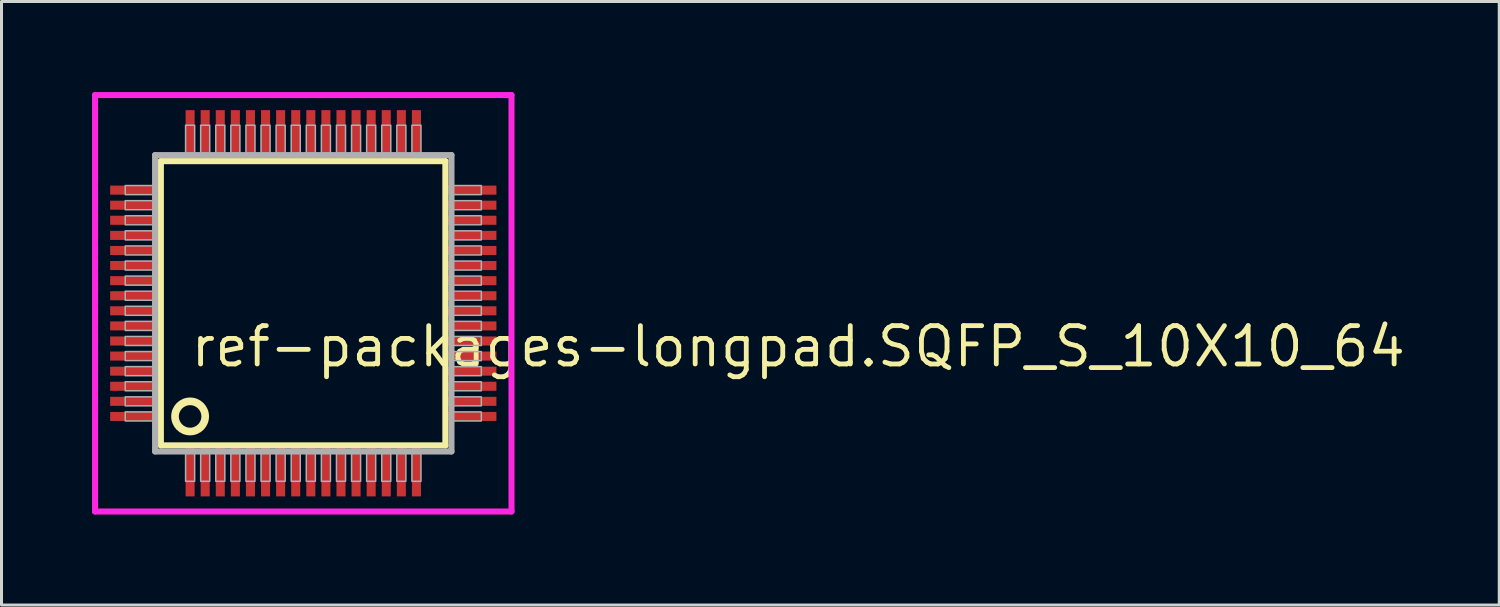
<source format=kicad_pcb>
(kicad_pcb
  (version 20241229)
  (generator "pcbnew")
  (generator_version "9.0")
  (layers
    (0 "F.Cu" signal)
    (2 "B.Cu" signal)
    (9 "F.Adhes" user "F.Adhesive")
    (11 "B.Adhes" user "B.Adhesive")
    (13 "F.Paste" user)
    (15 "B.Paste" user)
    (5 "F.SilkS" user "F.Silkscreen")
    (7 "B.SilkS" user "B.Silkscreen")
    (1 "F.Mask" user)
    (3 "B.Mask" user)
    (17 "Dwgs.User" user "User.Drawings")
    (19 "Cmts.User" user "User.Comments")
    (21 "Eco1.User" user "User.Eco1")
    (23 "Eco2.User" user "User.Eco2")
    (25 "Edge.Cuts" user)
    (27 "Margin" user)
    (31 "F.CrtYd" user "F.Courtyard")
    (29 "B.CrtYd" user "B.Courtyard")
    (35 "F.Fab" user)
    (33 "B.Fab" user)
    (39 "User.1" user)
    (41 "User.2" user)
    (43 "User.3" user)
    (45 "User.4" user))
  (footprint "ref-packages-longpad.SQFP_S_10X10_64"
    (layer "F.Cu")
    (at 7 7)
    (property "Reference" "ref-packages-longpad.SQFP_S_10X10_64" (at -3.81 2.175 0) (layer "F.SilkS") (effects (font (size 1.27 1.27) (thickness 0.16)) (justify left bottom)))
    (attr smd)
    (fp_line (start -4.72 -4.71) (end 4.71 -4.71) (stroke (width 0.203) (type default)) (layer "F.SilkS"))
    (fp_line (start -4.72 4.71) (end -4.72 -4.71) (stroke (width 0.203) (type default)) (layer "F.SilkS"))
    (fp_line (start 4.71 -4.71) (end 4.71 4.71) (stroke (width 0.203) (type default)) (layer "F.SilkS"))
    (fp_line (start 4.71 4.71) (end -4.72 4.71) (stroke (width 0.203) (type default)) (layer "F.SilkS"))
    (fp_circle (center -3.75 3.75) (end -3.25 3.75) (stroke (width 0.254) (type default)) (fill no) (layer "F.SilkS"))
    (fp_line (start -6.9 -6.9) (end 6.9 -6.9) (stroke (width 0.2) (type default)) (layer "F.CrtYd"))
    (fp_line (start -6.9 6.9) (end -6.9 -6.9) (stroke (width 0.2) (type default)) (layer "F.CrtYd"))
    (fp_line (start 6.9 -6.9) (end 6.9 6.9) (stroke (width 0.2) (type default)) (layer "F.CrtYd"))
    (fp_line (start 6.9 6.9) (end -6.9 6.9) (stroke (width 0.2) (type default)) (layer "F.CrtYd"))
    (fp_line (start -4.91 -4.91) (end -4.91 4.91) (stroke (width 0.203) (type default)) (layer "F.Fab"))
    (fp_line (start -4.91 4.91) (end 4.91 4.91) (stroke (width 0.203) (type default)) (layer "F.Fab"))
    (fp_line (start 4.91 -4.91) (end -4.91 -4.91) (stroke (width 0.203) (type default)) (layer "F.Fab"))
    (fp_line (start 4.91 4.91) (end 4.91 -4.91) (stroke (width 0.203) (type default)) (layer "F.Fab"))
    (fp_rect (start -5.9 -3.6) (end -4.95 -3.9) (stroke (width 0.05) (type default)) (fill no) (layer "F.Fab"))
    (fp_rect (start -5.9 -3.1) (end -4.95 -3.4) (stroke (width 0.05) (type default)) (fill no) (layer "F.Fab"))
    (fp_rect (start -5.9 -2.6) (end -4.95 -2.9) (stroke (width 0.05) (type default)) (fill no) (layer "F.Fab"))
    (fp_rect (start -5.9 -2.1) (end -4.95 -2.4) (stroke (width 0.05) (type default)) (fill no) (layer "F.Fab"))
    (fp_rect (start -5.9 -1.6) (end -4.95 -1.9) (stroke (width 0.05) (type default)) (fill no) (layer "F.Fab"))
    (fp_rect (start -5.9 -1.1) (end -4.95 -1.4) (stroke (width 0.05) (type default)) (fill no) (layer "F.Fab"))
    (fp_rect (start -5.9 -0.6) (end -4.95 -0.9) (stroke (width 0.05) (type default)) (fill no) (layer "F.Fab"))
    (fp_rect (start -5.9 -0.1) (end -4.95 -0.4) (stroke (width 0.05) (type default)) (fill no) (layer "F.Fab"))
    (fp_rect (start -5.9 0.4) (end -4.95 0.1) (stroke (width 0.05) (type default)) (fill no) (layer "F.Fab"))
    (fp_rect (start -5.9 0.9) (end -4.95 0.6) (stroke (width 0.05) (type default)) (fill no) (layer "F.Fab"))
    (fp_rect (start -5.9 1.4) (end -4.95 1.1) (stroke (width 0.05) (type default)) (fill no) (layer "F.Fab"))
    (fp_rect (start -5.9 1.9) (end -4.95 1.6) (stroke (width 0.05) (type default)) (fill no) (layer "F.Fab"))
    (fp_rect (start -5.9 2.4) (end -4.95 2.1) (stroke (width 0.05) (type default)) (fill no) (layer "F.Fab"))
    (fp_rect (start -5.9 2.9) (end -4.95 2.6) (stroke (width 0.05) (type default)) (fill no) (layer "F.Fab"))
    (fp_rect (start -5.9 3.4) (end -4.95 3.1) (stroke (width 0.05) (type default)) (fill no) (layer "F.Fab"))
    (fp_rect (start -5.9 3.9) (end -4.95 3.6) (stroke (width 0.05) (type default)) (fill no) (layer "F.Fab"))
    (fp_rect (start -3.9 -4.95) (end -3.6 -5.9) (stroke (width 0.05) (type default)) (fill no) (layer "F.Fab"))
    (fp_rect (start -3.9 5.9) (end -3.6 4.95) (stroke (width 0.05) (type default)) (fill no) (layer "F.Fab"))
    (fp_rect (start -3.4 -4.95) (end -3.1 -5.9) (stroke (width 0.05) (type default)) (fill no) (layer "F.Fab"))
    (fp_rect (start -3.4 5.9) (end -3.1 4.95) (stroke (width 0.05) (type default)) (fill no) (layer "F.Fab"))
    (fp_rect (start -2.9 -4.95) (end -2.6 -5.9) (stroke (width 0.05) (type default)) (fill no) (layer "F.Fab"))
    (fp_rect (start -2.9 5.9) (end -2.6 4.95) (stroke (width 0.05) (type default)) (fill no) (layer "F.Fab"))
    (fp_rect (start -2.4 -4.95) (end -2.1 -5.9) (stroke (width 0.05) (type default)) (fill no) (layer "F.Fab"))
    (fp_rect (start -2.4 5.9) (end -2.1 4.95) (stroke (width 0.05) (type default)) (fill no) (layer "F.Fab"))
    (fp_rect (start -1.9 -4.95) (end -1.6 -5.9) (stroke (width 0.05) (type default)) (fill no) (layer "F.Fab"))
    (fp_rect (start -1.9 5.9) (end -1.6 4.95) (stroke (width 0.05) (type default)) (fill no) (layer "F.Fab"))
    (fp_rect (start -1.4 -4.95) (end -1.1 -5.9) (stroke (width 0.05) (type default)) (fill no) (layer "F.Fab"))
    (fp_rect (start -1.4 5.9) (end -1.1 4.95) (stroke (width 0.05) (type default)) (fill no) (layer "F.Fab"))
    (fp_rect (start -0.9 -4.95) (end -0.6 -5.9) (stroke (width 0.05) (type default)) (fill no) (layer "F.Fab"))
    (fp_rect (start -0.9 5.9) (end -0.6 4.95) (stroke (width 0.05) (type default)) (fill no) (layer "F.Fab"))
    (fp_rect (start -0.4 -4.95) (end -0.1 -5.9) (stroke (width 0.05) (type default)) (fill no) (layer "F.Fab"))
    (fp_rect (start -0.4 5.9) (end -0.1 4.95) (stroke (width 0.05) (type default)) (fill no) (layer "F.Fab"))
    (fp_rect (start 0.1 -4.95) (end 0.4 -5.9) (stroke (width 0.05) (type default)) (fill no) (layer "F.Fab"))
    (fp_rect (start 0.1 5.9) (end 0.4 4.95) (stroke (width 0.05) (type default)) (fill no) (layer "F.Fab"))
    (fp_rect (start 0.6 -4.95) (end 0.9 -5.9) (stroke (width 0.05) (type default)) (fill no) (layer "F.Fab"))
    (fp_rect (start 0.6 5.9) (end 0.9 4.95) (stroke (width 0.05) (type default)) (fill no) (layer "F.Fab"))
    (fp_rect (start 1.1 -4.95) (end 1.4 -5.9) (stroke (width 0.05) (type default)) (fill no) (layer "F.Fab"))
    (fp_rect (start 1.1 5.9) (end 1.4 4.95) (stroke (width 0.05) (type default)) (fill no) (layer "F.Fab"))
    (fp_rect (start 1.6 -4.95) (end 1.9 -5.9) (stroke (width 0.05) (type default)) (fill no) (layer "F.Fab"))
    (fp_rect (start 1.6 5.9) (end 1.9 4.95) (stroke (width 0.05) (type default)) (fill no) (layer "F.Fab"))
    (fp_rect (start 2.1 -4.95) (end 2.4 -5.9) (stroke (width 0.05) (type default)) (fill no) (layer "F.Fab"))
    (fp_rect (start 2.1 5.9) (end 2.4 4.95) (stroke (width 0.05) (type default)) (fill no) (layer "F.Fab"))
    (fp_rect (start 2.6 -4.95) (end 2.9 -5.9) (stroke (width 0.05) (type default)) (fill no) (layer "F.Fab"))
    (fp_rect (start 2.6 5.9) (end 2.9 4.95) (stroke (width 0.05) (type default)) (fill no) (layer "F.Fab"))
    (fp_rect (start 3.1 -4.95) (end 3.4 -5.9) (stroke (width 0.05) (type default)) (fill no) (layer "F.Fab"))
    (fp_rect (start 3.1 5.9) (end 3.4 4.95) (stroke (width 0.05) (type default)) (fill no) (layer "F.Fab"))
    (fp_rect (start 3.6 -4.95) (end 3.9 -5.9) (stroke (width 0.05) (type default)) (fill no) (layer "F.Fab"))
    (fp_rect (start 3.6 5.9) (end 3.9 4.95) (stroke (width 0.05) (type default)) (fill no) (layer "F.Fab"))
    (fp_rect (start 4.95 -3.6) (end 5.9 -3.9) (stroke (width 0.05) (type default)) (fill no) (layer "F.Fab"))
    (fp_rect (start 4.95 -3.1) (end 5.9 -3.4) (stroke (width 0.05) (type default)) (fill no) (layer "F.Fab"))
    (fp_rect (start 4.95 -2.6) (end 5.9 -2.9) (stroke (width 0.05) (type default)) (fill no) (layer "F.Fab"))
    (fp_rect (start 4.95 -2.1) (end 5.9 -2.4) (stroke (width 0.05) (type default)) (fill no) (layer "F.Fab"))
    (fp_rect (start 4.95 -1.6) (end 5.9 -1.9) (stroke (width 0.05) (type default)) (fill no) (layer "F.Fab"))
    (fp_rect (start 4.95 -1.1) (end 5.9 -1.4) (stroke (width 0.05) (type default)) (fill no) (layer "F.Fab"))
    (fp_rect (start 4.95 -0.6) (end 5.9 -0.9) (stroke (width 0.05) (type default)) (fill no) (layer "F.Fab"))
    (fp_rect (start 4.95 -0.1) (end 5.9 -0.4) (stroke (width 0.05) (type default)) (fill no) (layer "F.Fab"))
    (fp_rect (start 4.95 0.4) (end 5.9 0.1) (stroke (width 0.05) (type default)) (fill no) (layer "F.Fab"))
    (fp_rect (start 4.95 0.9) (end 5.9 0.6) (stroke (width 0.05) (type default)) (fill no) (layer "F.Fab"))
    (fp_rect (start 4.95 1.4) (end 5.9 1.1) (stroke (width 0.05) (type default)) (fill no) (layer "F.Fab"))
    (fp_rect (start 4.95 1.9) (end 5.9 1.6) (stroke (width 0.05) (type default)) (fill no) (layer "F.Fab"))
    (fp_rect (start 4.95 2.4) (end 5.9 2.1) (stroke (width 0.05) (type default)) (fill no) (layer "F.Fab"))
    (fp_rect (start 4.95 2.9) (end 5.9 2.6) (stroke (width 0.05) (type default)) (fill no) (layer "F.Fab"))
    (fp_rect (start 4.95 3.4) (end 5.9 3.1) (stroke (width 0.05) (type default)) (fill no) (layer "F.Fab"))
    (fp_rect (start 4.95 3.9) (end 5.9 3.6) (stroke (width 0.05) (type default)) (fill no) (layer "F.Fab"))
    (pad "1" smd roundrect (at -3.75 5.6) (size 0.3 1.6) (layers "F.Cu" "F.Mask" "F.Paste") (roundrect_rratio 0.01))
    (pad "2" smd roundrect (at -3.25 5.6) (size 0.3 1.6) (layers "F.Cu" "F.Mask" "F.Paste") (roundrect_rratio 0.01))
    (pad "3" smd roundrect (at -2.75 5.6) (size 0.3 1.6) (layers "F.Cu" "F.Mask" "F.Paste") (roundrect_rratio 0.01))
    (pad "4" smd roundrect (at -2.25 5.6) (size 0.3 1.6) (layers "F.Cu" "F.Mask" "F.Paste") (roundrect_rratio 0.01))
    (pad "5" smd roundrect (at -1.75 5.6) (size 0.3 1.6) (layers "F.Cu" "F.Mask" "F.Paste") (roundrect_rratio 0.01))
    (pad "6" smd roundrect (at -1.25 5.6) (size 0.3 1.6) (layers "F.Cu" "F.Mask" "F.Paste") (roundrect_rratio 0.01))
    (pad "7" smd roundrect (at -0.75 5.6) (size 0.3 1.6) (layers "F.Cu" "F.Mask" "F.Paste") (roundrect_rratio 0.01))
    (pad "8" smd roundrect (at -0.25 5.6) (size 0.3 1.6) (layers "F.Cu" "F.Mask" "F.Paste") (roundrect_rratio 0.01))
    (pad "9" smd roundrect (at 0.25 5.6) (size 0.3 1.6) (layers "F.Cu" "F.Mask" "F.Paste") (roundrect_rratio 0.01))
    (pad "10" smd roundrect (at 0.75 5.6) (size 0.3 1.6) (layers "F.Cu" "F.Mask" "F.Paste") (roundrect_rratio 0.01))
    (pad "11" smd roundrect (at 1.25 5.6) (size 0.3 1.6) (layers "F.Cu" "F.Mask" "F.Paste") (roundrect_rratio 0.01))
    (pad "12" smd roundrect (at 1.75 5.6) (size 0.3 1.6) (layers "F.Cu" "F.Mask" "F.Paste") (roundrect_rratio 0.01))
    (pad "13" smd roundrect (at 2.25 5.6) (size 0.3 1.6) (layers "F.Cu" "F.Mask" "F.Paste") (roundrect_rratio 0.01))
    (pad "14" smd roundrect (at 2.75 5.6) (size 0.3 1.6) (layers "F.Cu" "F.Mask" "F.Paste") (roundrect_rratio 0.01))
    (pad "15" smd roundrect (at 3.25 5.6) (size 0.3 1.6) (layers "F.Cu" "F.Mask" "F.Paste") (roundrect_rratio 0.01))
    (pad "16" smd roundrect (at 3.75 5.6) (size 0.3 1.6) (layers "F.Cu" "F.Mask" "F.Paste") (roundrect_rratio 0.01))
    (pad "17" smd roundrect (at 5.6 3.75) (size 1.6 0.3) (layers "F.Cu" "F.Mask" "F.Paste") (roundrect_rratio 0.01))
    (pad "18" smd roundrect (at 5.6 3.25) (size 1.6 0.3) (layers "F.Cu" "F.Mask" "F.Paste") (roundrect_rratio 0.01))
    (pad "19" smd roundrect (at 5.6 2.75) (size 1.6 0.3) (layers "F.Cu" "F.Mask" "F.Paste") (roundrect_rratio 0.01))
    (pad "20" smd roundrect (at 5.6 2.25) (size 1.6 0.3) (layers "F.Cu" "F.Mask" "F.Paste") (roundrect_rratio 0.01))
    (pad "21" smd roundrect (at 5.6 1.75) (size 1.6 0.3) (layers "F.Cu" "F.Mask" "F.Paste") (roundrect_rratio 0.01))
    (pad "22" smd roundrect (at 5.6 1.25) (size 1.6 0.3) (layers "F.Cu" "F.Mask" "F.Paste") (roundrect_rratio 0.01))
    (pad "23" smd roundrect (at 5.6 0.75) (size 1.6 0.3) (layers "F.Cu" "F.Mask" "F.Paste") (roundrect_rratio 0.01))
    (pad "24" smd roundrect (at 5.6 0.25) (size 1.6 0.3) (layers "F.Cu" "F.Mask" "F.Paste") (roundrect_rratio 0.01))
    (pad "25" smd roundrect (at 5.6 -0.25) (size 1.6 0.3) (layers "F.Cu" "F.Mask" "F.Paste") (roundrect_rratio 0.01))
    (pad "26" smd roundrect (at 5.6 -0.75) (size 1.6 0.3) (layers "F.Cu" "F.Mask" "F.Paste") (roundrect_rratio 0.01))
    (pad "27" smd roundrect (at 5.6 -1.25) (size 1.6 0.3) (layers "F.Cu" "F.Mask" "F.Paste") (roundrect_rratio 0.01))
    (pad "28" smd roundrect (at 5.6 -1.75) (size 1.6 0.3) (layers "F.Cu" "F.Mask" "F.Paste") (roundrect_rratio 0.01))
    (pad "29" smd roundrect (at 5.6 -2.25) (size 1.6 0.3) (layers "F.Cu" "F.Mask" "F.Paste") (roundrect_rratio 0.01))
    (pad "30" smd roundrect (at 5.6 -2.75) (size 1.6 0.3) (layers "F.Cu" "F.Mask" "F.Paste") (roundrect_rratio 0.01))
    (pad "31" smd roundrect (at 5.6 -3.25) (size 1.6 0.3) (layers "F.Cu" "F.Mask" "F.Paste") (roundrect_rratio 0.01))
    (pad "32" smd roundrect (at 5.6 -3.75) (size 1.6 0.3) (layers "F.Cu" "F.Mask" "F.Paste") (roundrect_rratio 0.01))
    (pad "33" smd roundrect (at 3.75 -5.6) (size 0.3 1.6) (layers "F.Cu" "F.Mask" "F.Paste") (roundrect_rratio 0.01))
    (pad "34" smd roundrect (at 3.25 -5.6) (size 0.3 1.6) (layers "F.Cu" "F.Mask" "F.Paste") (roundrect_rratio 0.01))
    (pad "35" smd roundrect (at 2.75 -5.6) (size 0.3 1.6) (layers "F.Cu" "F.Mask" "F.Paste") (roundrect_rratio 0.01))
    (pad "36" smd roundrect (at 2.25 -5.6) (size 0.3 1.6) (layers "F.Cu" "F.Mask" "F.Paste") (roundrect_rratio 0.01))
    (pad "37" smd roundrect (at 1.75 -5.6) (size 0.3 1.6) (layers "F.Cu" "F.Mask" "F.Paste") (roundrect_rratio 0.01))
    (pad "38" smd roundrect (at 1.25 -5.6) (size 0.3 1.6) (layers "F.Cu" "F.Mask" "F.Paste") (roundrect_rratio 0.01))
    (pad "39" smd roundrect (at 0.75 -5.6) (size 0.3 1.6) (layers "F.Cu" "F.Mask" "F.Paste") (roundrect_rratio 0.01))
    (pad "40" smd roundrect (at 0.25 -5.6) (size 0.3 1.6) (layers "F.Cu" "F.Mask" "F.Paste") (roundrect_rratio 0.01))
    (pad "41" smd roundrect (at -0.25 -5.6) (size 0.3 1.6) (layers "F.Cu" "F.Mask" "F.Paste") (roundrect_rratio 0.01))
    (pad "42" smd roundrect (at -0.75 -5.6) (size 0.3 1.6) (layers "F.Cu" "F.Mask" "F.Paste") (roundrect_rratio 0.01))
    (pad "43" smd roundrect (at -1.25 -5.6) (size 0.3 1.6) (layers "F.Cu" "F.Mask" "F.Paste") (roundrect_rratio 0.01))
    (pad "44" smd roundrect (at -1.75 -5.6) (size 0.3 1.6) (layers "F.Cu" "F.Mask" "F.Paste") (roundrect_rratio 0.01))
    (pad "45" smd roundrect (at -2.25 -5.6) (size 0.3 1.6) (layers "F.Cu" "F.Mask" "F.Paste") (roundrect_rratio 0.01))
    (pad "46" smd roundrect (at -2.75 -5.6) (size 0.3 1.6) (layers "F.Cu" "F.Mask" "F.Paste") (roundrect_rratio 0.01))
    (pad "47" smd roundrect (at -3.25 -5.6) (size 0.3 1.6) (layers "F.Cu" "F.Mask" "F.Paste") (roundrect_rratio 0.01))
    (pad "48" smd roundrect (at -3.75 -5.6) (size 0.3 1.6) (layers "F.Cu" "F.Mask" "F.Paste") (roundrect_rratio 0.01))
    (pad "49" smd roundrect (at -5.6 -3.75) (size 1.6 0.3) (layers "F.Cu" "F.Mask" "F.Paste") (roundrect_rratio 0.01))
    (pad "50" smd roundrect (at -5.6 -3.25) (size 1.6 0.3) (layers "F.Cu" "F.Mask" "F.Paste") (roundrect_rratio 0.01))
    (pad "51" smd roundrect (at -5.6 -2.75) (size 1.6 0.3) (layers "F.Cu" "F.Mask" "F.Paste") (roundrect_rratio 0.01))
    (pad "52" smd roundrect (at -5.6 -2.25) (size 1.6 0.3) (layers "F.Cu" "F.Mask" "F.Paste") (roundrect_rratio 0.01))
    (pad "53" smd roundrect (at -5.6 -1.75) (size 1.6 0.3) (layers "F.Cu" "F.Mask" "F.Paste") (roundrect_rratio 0.01))
    (pad "54" smd roundrect (at -5.6 -1.25) (size 1.6 0.3) (layers "F.Cu" "F.Mask" "F.Paste") (roundrect_rratio 0.01))
    (pad "55" smd roundrect (at -5.6 -0.75) (size 1.6 0.3) (layers "F.Cu" "F.Mask" "F.Paste") (roundrect_rratio 0.01))
    (pad "56" smd roundrect (at -5.6 -0.25) (size 1.6 0.3) (layers "F.Cu" "F.Mask" "F.Paste") (roundrect_rratio 0.01))
    (pad "57" smd roundrect (at -5.6 0.25) (size 1.6 0.3) (layers "F.Cu" "F.Mask" "F.Paste") (roundrect_rratio 0.01))
    (pad "58" smd roundrect (at -5.6 0.75) (size 1.6 0.3) (layers "F.Cu" "F.Mask" "F.Paste") (roundrect_rratio 0.01))
    (pad "59" smd roundrect (at -5.6 1.25) (size 1.6 0.3) (layers "F.Cu" "F.Mask" "F.Paste") (roundrect_rratio 0.01))
    (pad "60" smd roundrect (at -5.6 1.75) (size 1.6 0.3) (layers "F.Cu" "F.Mask" "F.Paste") (roundrect_rratio 0.01))
    (pad "61" smd roundrect (at -5.6 2.25) (size 1.6 0.3) (layers "F.Cu" "F.Mask" "F.Paste") (roundrect_rratio 0.01))
    (pad "62" smd roundrect (at -5.6 2.75) (size 1.6 0.3) (layers "F.Cu" "F.Mask" "F.Paste") (roundrect_rratio 0.01))
    (pad "63" smd roundrect (at -5.6 3.25) (size 1.6 0.3) (layers "F.Cu" "F.Mask" "F.Paste") (roundrect_rratio 0.01))
    (pad "64" smd roundrect (at -5.6 3.75) (size 1.6 0.3) (layers "F.Cu" "F.Mask" "F.Paste") (roundrect_rratio 0.01)))
  (gr_rect
    (start -3 -3)
    (end 46.633 17)
    (stroke (width 0.1) (type default))
    (fill no)
    (layer "Edge.Cuts")))
</source>
